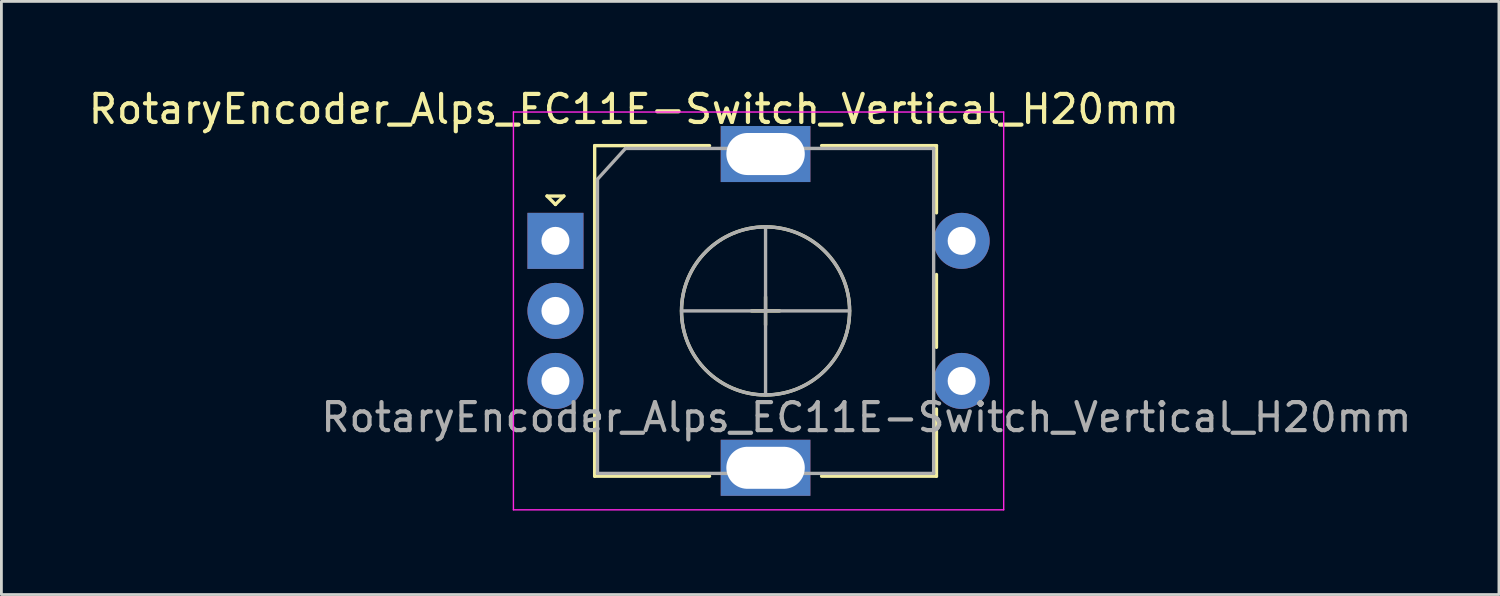
<source format=kicad_pcb>
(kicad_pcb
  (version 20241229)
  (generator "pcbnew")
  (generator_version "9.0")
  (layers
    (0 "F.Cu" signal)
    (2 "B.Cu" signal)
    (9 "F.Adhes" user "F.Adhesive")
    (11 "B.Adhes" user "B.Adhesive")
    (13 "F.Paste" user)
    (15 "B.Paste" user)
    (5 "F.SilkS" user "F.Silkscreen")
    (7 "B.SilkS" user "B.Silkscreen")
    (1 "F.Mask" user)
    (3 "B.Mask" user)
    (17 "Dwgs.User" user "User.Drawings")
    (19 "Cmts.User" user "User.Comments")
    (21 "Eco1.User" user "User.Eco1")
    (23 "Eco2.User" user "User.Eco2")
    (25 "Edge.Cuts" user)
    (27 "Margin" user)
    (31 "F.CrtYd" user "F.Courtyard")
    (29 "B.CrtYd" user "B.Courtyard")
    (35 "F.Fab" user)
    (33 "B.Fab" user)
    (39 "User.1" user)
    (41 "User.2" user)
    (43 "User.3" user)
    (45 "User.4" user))
  (footprint "RotaryEncoder_Alps_EC11E-Switch_Vertical_H20mm"
    (layer "F.Cu")
    (at 24.233 8.015)
    (property "Reference" "RotaryEncoder_Alps_EC11E-Switch_Vertical_H20mm" (at -4.656 -7.167 0) (layer "F.SilkS") (effects (font (size 1 1) (thickness 0.15))))
    (attr through_hole)
    (fp_line (start -7.756 -4.067) (end -7.156 -4.067) (stroke (width 0.12) (type solid)) (layer "F.SilkS"))
    (fp_line (start -7.456 -3.767) (end -7.756 -4.067) (stroke (width 0.12) (type solid)) (layer "F.SilkS"))
    (fp_line (start -7.156 -4.067) (end -7.456 -3.767) (stroke (width 0.12) (type solid)) (layer "F.SilkS"))
    (fp_line (start -6.056 -5.867) (end -6.056 5.933) (stroke (width 0.12) (type solid)) (layer "F.SilkS"))
    (fp_line (start -1.956 -5.867) (end -6.056 -5.867) (stroke (width 0.12) (type solid)) (layer "F.SilkS"))
    (fp_line (start -1.956 5.933) (end -6.056 5.933) (stroke (width 0.12) (type solid)) (layer "F.SilkS"))
    (fp_line (start -0.456 0.033) (end 0.544 0.033) (stroke (width 0.12) (type solid)) (layer "F.SilkS"))
    (fp_line (start 0.044 -0.467) (end 0.044 0.533) (stroke (width 0.12) (type solid)) (layer "F.SilkS"))
    (fp_line (start 2.044 -5.867) (end 6.144 -5.867) (stroke (width 0.12) (type solid)) (layer "F.SilkS"))
    (fp_line (start 6.144 -5.867) (end 6.144 -3.467) (stroke (width 0.12) (type solid)) (layer "F.SilkS"))
    (fp_line (start 6.144 -1.267) (end 6.144 1.333) (stroke (width 0.12) (type solid)) (layer "F.SilkS"))
    (fp_line (start 6.144 3.533) (end 6.144 5.933) (stroke (width 0.12) (type solid)) (layer "F.SilkS"))
    (fp_line (start 6.144 5.933) (end 2.044 5.933) (stroke (width 0.12) (type solid)) (layer "F.SilkS"))
    (fp_circle (center 0.044 0.033) (end 3.044 0.033) (stroke (width 0.12) (type solid)) (fill no) (layer "F.SilkS"))
    (fp_line (start -8.956 -7.067) (end -8.956 7.133) (stroke (width 0.05) (type solid)) (layer "F.CrtYd"))
    (fp_line (start -8.956 -7.067) (end 8.544 -7.067) (stroke (width 0.05) (type solid)) (layer "F.CrtYd"))
    (fp_line (start 8.544 7.133) (end -8.956 7.133) (stroke (width 0.05) (type solid)) (layer "F.CrtYd"))
    (fp_line (start 8.544 7.133) (end 8.544 -7.067) (stroke (width 0.05) (type solid)) (layer "F.CrtYd"))
    (fp_line (start -5.956 -4.667) (end -4.956 -5.767) (stroke (width 0.12) (type solid)) (layer "F.Fab"))
    (fp_line (start -5.956 5.833) (end -5.956 -4.667) (stroke (width 0.12) (type solid)) (layer "F.Fab"))
    (fp_line (start -4.956 -5.767) (end 6.044 -5.767) (stroke (width 0.12) (type solid)) (layer "F.Fab"))
    (fp_line (start -2.956 0.033) (end 3.044 0.033) (stroke (width 0.12) (type solid)) (layer "F.Fab"))
    (fp_line (start 0.044 -2.967) (end 0.044 3.033) (stroke (width 0.12) (type solid)) (layer "F.Fab"))
    (fp_line (start 6.044 -5.767) (end 6.044 5.833) (stroke (width 0.12) (type solid)) (layer "F.Fab"))
    (fp_line (start 6.044 5.833) (end -5.956 5.833) (stroke (width 0.12) (type solid)) (layer "F.Fab"))
    (fp_circle (center 0.044 0.033) (end 3.044 0.033) (stroke (width 0.12) (type solid)) (fill no) (layer "F.Fab"))
    (fp_text user "${REFERENCE}" (at 3.644 3.833 0) (layer "F.Fab") (effects (font (size 1 1) (thickness 0.15))))
    (pad "A" thru_hole rect (at -7.456 -2.467) (size 2 2) (drill 1) (layers "*.Cu" "*.Mask"))
    (pad "B" thru_hole circle (at -7.456 2.533) (size 2 2) (drill 1) (layers "*.Cu" "*.Mask"))
    (pad "C" thru_hole circle (at -7.456 0.033) (size 2 2) (drill 1) (layers "*.Cu" "*.Mask"))
    (pad "MP" thru_hole rect (at 0.044 -5.567) (size 3.2 2) (drill oval 2.8 1.5) (layers "*.Cu" "*.Mask"))
    (pad "MP" thru_hole rect (at 0.044 5.633) (size 3.2 2) (drill oval 2.8 1.5) (layers "*.Cu" "*.Mask"))
    (pad "S1" thru_hole circle (at 7.044 2.533) (size 2 2) (drill 1) (layers "*.Cu" "*.Mask"))
    (pad "S2" thru_hole circle (at 7.044 -2.467) (size 2 2) (drill 1) (layers "*.Cu" "*.Mask")))
  (gr_rect
    (start -3 -3)
    (end 50.455 18.173)
    (stroke (width 0.1) (type default))
    (fill no)
    (layer "Edge.Cuts")))
</source>
